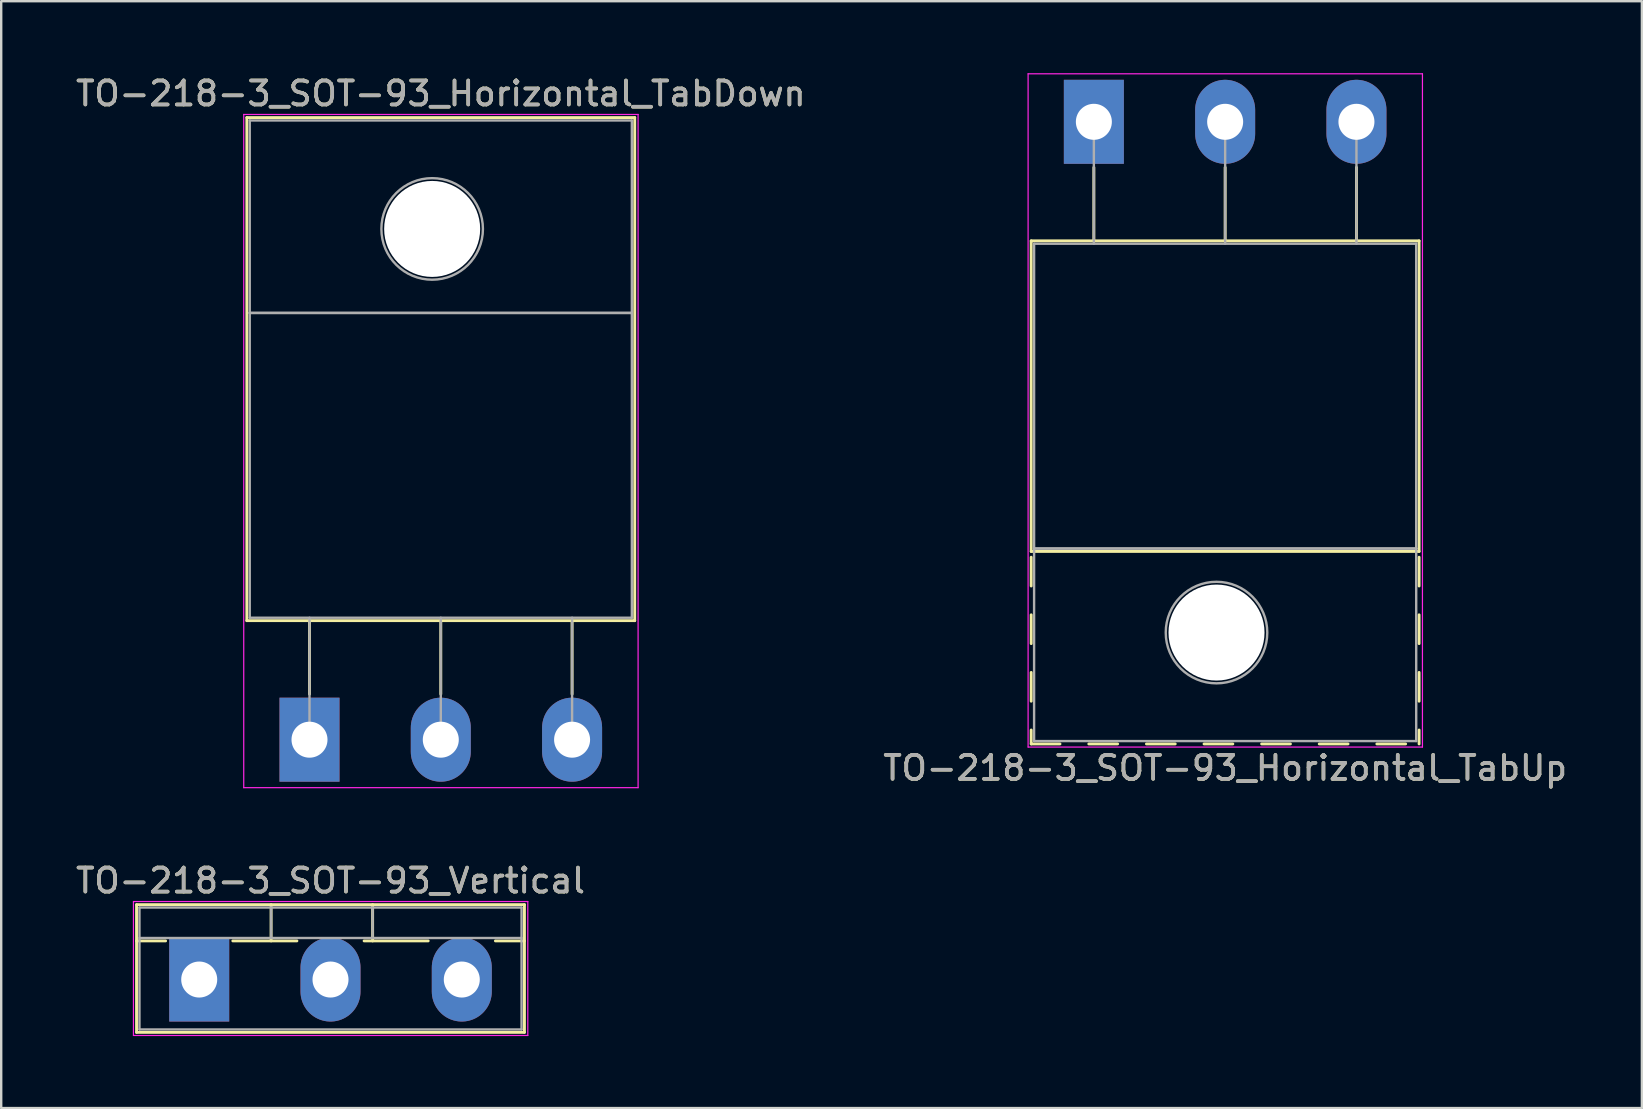
<source format=kicad_pcb>
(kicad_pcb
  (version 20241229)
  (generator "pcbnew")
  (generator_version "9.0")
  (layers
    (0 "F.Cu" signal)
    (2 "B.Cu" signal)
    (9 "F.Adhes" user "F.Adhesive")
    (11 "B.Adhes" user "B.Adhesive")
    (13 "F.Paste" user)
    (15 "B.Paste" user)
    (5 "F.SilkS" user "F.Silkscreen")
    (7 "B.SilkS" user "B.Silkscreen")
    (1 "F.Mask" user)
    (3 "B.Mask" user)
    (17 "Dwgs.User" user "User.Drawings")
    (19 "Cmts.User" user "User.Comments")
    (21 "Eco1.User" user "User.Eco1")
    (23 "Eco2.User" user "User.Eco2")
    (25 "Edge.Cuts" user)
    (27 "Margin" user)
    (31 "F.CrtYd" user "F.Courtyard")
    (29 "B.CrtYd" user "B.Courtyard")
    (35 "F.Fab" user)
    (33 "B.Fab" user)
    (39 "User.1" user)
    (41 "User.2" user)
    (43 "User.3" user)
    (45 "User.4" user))
  (footprint "TO-218-3_SOT-93_Horizontal_TabDown"
    (layer "F.Cu")
    (at 9.845 27.768)
    (property "Reference" "TO-218-3_SOT-93_Horizontal_TabDown" (at 5.47 -26.92 0) (layer "F.SilkS") (effects (font (size 1 1) (thickness 0.15))))
    (attr through_hole)
    (fp_line (start -2.611 -25.92) (end -2.611 -4.96) (stroke (width 0.12) (type solid)) (layer "F.SilkS"))
    (fp_line (start -2.611 -25.92) (end 13.55 -25.92) (stroke (width 0.12) (type solid)) (layer "F.SilkS"))
    (fp_line (start -2.611 -4.96) (end 13.55 -4.96) (stroke (width 0.12) (type solid)) (layer "F.SilkS"))
    (fp_line (start 0 -4.96) (end 0 -1.9) (stroke (width 0.12) (type solid)) (layer "F.SilkS"))
    (fp_line (start 5.47 -4.96) (end 5.47 -1.9) (stroke (width 0.12) (type solid)) (layer "F.SilkS"))
    (fp_line (start 10.94 -4.96) (end 10.94 -1.9) (stroke (width 0.12) (type solid)) (layer "F.SilkS"))
    (fp_line (start 13.55 -25.92) (end 13.55 -4.96) (stroke (width 0.12) (type solid)) (layer "F.SilkS"))
    (fp_line (start -2.74 -26.05) (end -2.74 2) (stroke (width 0.05) (type solid)) (layer "F.CrtYd"))
    (fp_line (start -2.74 2) (end 13.69 2) (stroke (width 0.05) (type solid)) (layer "F.CrtYd"))
    (fp_line (start 13.69 -26.05) (end -2.74 -26.05) (stroke (width 0.05) (type solid)) (layer "F.CrtYd"))
    (fp_line (start 13.69 2) (end 13.69 -26.05) (stroke (width 0.05) (type solid)) (layer "F.CrtYd"))
    (fp_line (start -2.49 -25.8) (end 13.43 -25.8) (stroke (width 0.1) (type solid)) (layer "F.Fab"))
    (fp_line (start -2.49 -17.78) (end -2.49 -25.8) (stroke (width 0.1) (type solid)) (layer "F.Fab"))
    (fp_line (start -2.49 -17.78) (end 13.43 -17.78) (stroke (width 0.1) (type solid)) (layer "F.Fab"))
    (fp_line (start -2.49 -5.08) (end -2.49 -17.78) (stroke (width 0.1) (type solid)) (layer "F.Fab"))
    (fp_line (start 0 -5.08) (end 0 0) (stroke (width 0.1) (type solid)) (layer "F.Fab"))
    (fp_line (start 5.47 -5.08) (end 5.47 0) (stroke (width 0.1) (type solid)) (layer "F.Fab"))
    (fp_line (start 10.94 -5.08) (end 10.94 0) (stroke (width 0.1) (type solid)) (layer "F.Fab"))
    (fp_line (start 13.43 -25.8) (end 13.43 -17.78) (stroke (width 0.1) (type solid)) (layer "F.Fab"))
    (fp_line (start 13.43 -17.78) (end -2.49 -17.78) (stroke (width 0.1) (type solid)) (layer "F.Fab"))
    (fp_line (start 13.43 -17.78) (end 13.43 -5.08) (stroke (width 0.1) (type solid)) (layer "F.Fab"))
    (fp_line (start 13.43 -5.08) (end -2.49 -5.08) (stroke (width 0.1) (type solid)) (layer "F.Fab"))
    (fp_circle (center 5.11 -21.28) (end 7.225 -21.28) (stroke (width 0.1) (type solid)) (fill no) (layer "F.Fab"))
    (fp_text user "${REFERENCE}" (at 5.47 -26.92 0) (layer "F.Fab") (effects (font (size 1 1) (thickness 0.15))))
    (pad "" np_thru_hole oval (at 5.11 -21.28) (size 4 4) (drill 4) (layers "*.Cu" "*.Mask"))
    (pad "1" thru_hole rect (at 0 0) (size 2.5 3.5) (drill 1.5) (layers "*.Cu" "*.Mask"))
    (pad "2" thru_hole oval (at 5.47 0) (size 2.5 3.5) (drill 1.5) (layers "*.Cu" "*.Mask"))
    (pad "3" thru_hole oval (at 10.94 0) (size 2.5 3.5) (drill 1.5) (layers "*.Cu" "*.Mask")))
  (footprint "TO-218-3_SOT-93_Horizontal_TabUp"
    (layer "F.Cu")
    (at 42.524 2.025)
    (property "Reference" "TO-218-3_SOT-93_Horizontal_TabUp" (at 5.47 26.92 0) (layer "F.SilkS") (effects (font (size 1 1) (thickness 0.15))))
    (attr through_hole)
    (fp_line (start -2.611 4.96) (end -2.611 17.9) (stroke (width 0.12) (type solid)) (layer "F.SilkS"))
    (fp_line (start -2.611 4.96) (end 13.55 4.96) (stroke (width 0.12) (type solid)) (layer "F.SilkS"))
    (fp_line (start -2.611 17.9) (end 13.55 17.9) (stroke (width 0.12) (type solid)) (layer "F.SilkS"))
    (fp_line (start -2.611 18.14) (end -2.611 19.34) (stroke (width 0.12) (type solid)) (layer "F.SilkS"))
    (fp_line (start -2.611 20.54) (end -2.611 21.74) (stroke (width 0.12) (type solid)) (layer "F.SilkS"))
    (fp_line (start -2.611 22.94) (end -2.611 24.14) (stroke (width 0.12) (type solid)) (layer "F.SilkS"))
    (fp_line (start -2.611 25.34) (end -2.611 25.92) (stroke (width 0.12) (type solid)) (layer "F.SilkS"))
    (fp_line (start -2.611 25.92) (end -1.411 25.92) (stroke (width 0.12) (type solid)) (layer "F.SilkS"))
    (fp_line (start -0.211 25.92) (end 0.99 25.92) (stroke (width 0.12) (type solid)) (layer "F.SilkS"))
    (fp_line (start 0 1.9) (end 0 4.96) (stroke (width 0.12) (type solid)) (layer "F.SilkS"))
    (fp_line (start 2.19 25.92) (end 3.39 25.92) (stroke (width 0.12) (type solid)) (layer "F.SilkS"))
    (fp_line (start 4.59 25.92) (end 5.79 25.92) (stroke (width 0.12) (type solid)) (layer "F.SilkS"))
    (fp_line (start 5.47 1.9) (end 5.47 4.96) (stroke (width 0.12) (type solid)) (layer "F.SilkS"))
    (fp_line (start 6.99 25.92) (end 8.19 25.92) (stroke (width 0.12) (type solid)) (layer "F.SilkS"))
    (fp_line (start 9.39 25.92) (end 10.59 25.92) (stroke (width 0.12) (type solid)) (layer "F.SilkS"))
    (fp_line (start 10.94 1.9) (end 10.94 4.96) (stroke (width 0.12) (type solid)) (layer "F.SilkS"))
    (fp_line (start 11.79 25.92) (end 12.99 25.92) (stroke (width 0.12) (type solid)) (layer "F.SilkS"))
    (fp_line (start 13.55 4.96) (end 13.55 17.9) (stroke (width 0.12) (type solid)) (layer "F.SilkS"))
    (fp_line (start 13.55 18.14) (end 13.55 19.34) (stroke (width 0.12) (type solid)) (layer "F.SilkS"))
    (fp_line (start 13.55 20.54) (end 13.55 21.74) (stroke (width 0.12) (type solid)) (layer "F.SilkS"))
    (fp_line (start 13.55 22.94) (end 13.55 24.14) (stroke (width 0.12) (type solid)) (layer "F.SilkS"))
    (fp_line (start 13.55 25.34) (end 13.55 25.92) (stroke (width 0.12) (type solid)) (layer "F.SilkS"))
    (fp_line (start -2.74 -2) (end -2.74 26.05) (stroke (width 0.05) (type solid)) (layer "F.CrtYd"))
    (fp_line (start -2.74 26.05) (end 13.69 26.05) (stroke (width 0.05) (type solid)) (layer "F.CrtYd"))
    (fp_line (start 13.69 -2) (end -2.74 -2) (stroke (width 0.05) (type solid)) (layer "F.CrtYd"))
    (fp_line (start 13.69 26.05) (end 13.69 -2) (stroke (width 0.05) (type solid)) (layer "F.CrtYd"))
    (fp_line (start -2.49 5.08) (end -2.49 17.78) (stroke (width 0.1) (type solid)) (layer "F.Fab"))
    (fp_line (start -2.49 17.78) (end -2.49 25.8) (stroke (width 0.1) (type solid)) (layer "F.Fab"))
    (fp_line (start -2.49 17.78) (end 13.43 17.78) (stroke (width 0.1) (type solid)) (layer "F.Fab"))
    (fp_line (start -2.49 25.8) (end 13.43 25.8) (stroke (width 0.1) (type solid)) (layer "F.Fab"))
    (fp_line (start 0 5.08) (end 0 0) (stroke (width 0.1) (type solid)) (layer "F.Fab"))
    (fp_line (start 5.47 5.08) (end 5.47 0) (stroke (width 0.1) (type solid)) (layer "F.Fab"))
    (fp_line (start 10.94 5.08) (end 10.94 0) (stroke (width 0.1) (type solid)) (layer "F.Fab"))
    (fp_line (start 13.43 5.08) (end -2.49 5.08) (stroke (width 0.1) (type solid)) (layer "F.Fab"))
    (fp_line (start 13.43 17.78) (end -2.49 17.78) (stroke (width 0.1) (type solid)) (layer "F.Fab"))
    (fp_line (start 13.43 17.78) (end 13.43 5.08) (stroke (width 0.1) (type solid)) (layer "F.Fab"))
    (fp_line (start 13.43 25.8) (end 13.43 17.78) (stroke (width 0.1) (type solid)) (layer "F.Fab"))
    (fp_circle (center 5.11 21.28) (end 7.225 21.28) (stroke (width 0.1) (type solid)) (fill no) (layer "F.Fab"))
    (fp_text user "${REFERENCE}" (at 5.47 26.92 0) (layer "F.Fab") (effects (font (size 1 1) (thickness 0.15))))
    (pad "" np_thru_hole oval (at 5.11 21.28) (size 4 4) (drill 4) (layers "*.Cu" "*.Mask"))
    (pad "1" thru_hole rect (at 0 0) (size 2.5 3.5) (drill 1.5) (layers "*.Cu" "*.Mask"))
    (pad "2" thru_hole oval (at 5.47 0) (size 2.5 3.5) (drill 1.5) (layers "*.Cu" "*.Mask"))
    (pad "3" thru_hole oval (at 10.94 0) (size 2.5 3.5) (drill 1.5) (layers "*.Cu" "*.Mask")))
  (footprint "TO-218-3_SOT-93_Vertical"
    (layer "F.Cu")
    (at 5.25 37.761)
    (property "Reference" "TO-218-3_SOT-93_Vertical" (at 5.47 -4.12 0) (layer "F.SilkS") (effects (font (size 1 1) (thickness 0.15))))
    (attr through_hole)
    (fp_line (start -2.611 -3.12) (end -2.611 2.2) (stroke (width 0.12) (type solid)) (layer "F.SilkS"))
    (fp_line (start -2.611 -3.12) (end 13.55 -3.12) (stroke (width 0.12) (type solid)) (layer "F.SilkS"))
    (fp_line (start -2.611 -1.61) (end -1.4 -1.61) (stroke (width 0.12) (type solid)) (layer "F.SilkS"))
    (fp_line (start -2.611 2.2) (end 13.55 2.2) (stroke (width 0.12) (type solid)) (layer "F.SilkS"))
    (fp_line (start 1.4 -1.61) (end 4.07 -1.61) (stroke (width 0.12) (type solid)) (layer "F.SilkS"))
    (fp_line (start 2.995 -3.12) (end 2.995 -1.61) (stroke (width 0.12) (type solid)) (layer "F.SilkS"))
    (fp_line (start 6.87 -1.61) (end 9.54 -1.61) (stroke (width 0.12) (type solid)) (layer "F.SilkS"))
    (fp_line (start 7.225 -3.12) (end 7.225 -1.61) (stroke (width 0.12) (type solid)) (layer "F.SilkS"))
    (fp_line (start 12.34 -1.61) (end 13.55 -1.61) (stroke (width 0.12) (type solid)) (layer "F.SilkS"))
    (fp_line (start 13.55 -3.12) (end 13.55 2.2) (stroke (width 0.12) (type solid)) (layer "F.SilkS"))
    (fp_line (start -2.74 -3.25) (end -2.74 2.33) (stroke (width 0.05) (type solid)) (layer "F.CrtYd"))
    (fp_line (start -2.74 2.33) (end 13.69 2.33) (stroke (width 0.05) (type solid)) (layer "F.CrtYd"))
    (fp_line (start 13.69 -3.25) (end -2.74 -3.25) (stroke (width 0.05) (type solid)) (layer "F.CrtYd"))
    (fp_line (start 13.69 2.33) (end 13.69 -3.25) (stroke (width 0.05) (type solid)) (layer "F.CrtYd"))
    (fp_line (start -2.49 -3) (end -2.49 2.08) (stroke (width 0.1) (type solid)) (layer "F.Fab"))
    (fp_line (start -2.49 -1.73) (end 13.43 -1.73) (stroke (width 0.1) (type solid)) (layer "F.Fab"))
    (fp_line (start -2.49 2.08) (end 13.43 2.08) (stroke (width 0.1) (type solid)) (layer "F.Fab"))
    (fp_line (start 2.995 -3) (end 2.995 -1.73) (stroke (width 0.1) (type solid)) (layer "F.Fab"))
    (fp_line (start 7.225 -3) (end 7.225 -1.73) (stroke (width 0.1) (type solid)) (layer "F.Fab"))
    (fp_line (start 13.43 -3) (end -2.49 -3) (stroke (width 0.1) (type solid)) (layer "F.Fab"))
    (fp_line (start 13.43 2.08) (end 13.43 -3) (stroke (width 0.1) (type solid)) (layer "F.Fab"))
    (fp_text user "${REFERENCE}" (at 5.47 -4.12 0) (layer "F.Fab") (effects (font (size 1 1) (thickness 0.15))))
    (pad "1" thru_hole rect (at 0 0) (size 2.5 3.5) (drill 1.5) (layers "*.Cu" "*.Mask"))
    (pad "2" thru_hole oval (at 5.47 0) (size 2.5 3.5) (drill 1.5) (layers "*.Cu" "*.Mask"))
    (pad "3" thru_hole oval (at 10.94 0) (size 2.5 3.5) (drill 1.5) (layers "*.Cu" "*.Mask")))
  (gr_rect
    (start -3 -3)
    (end 65.357 43.117)
    (stroke (width 0.1) (type default))
    (fill no)
    (layer "Edge.Cuts")))
</source>
